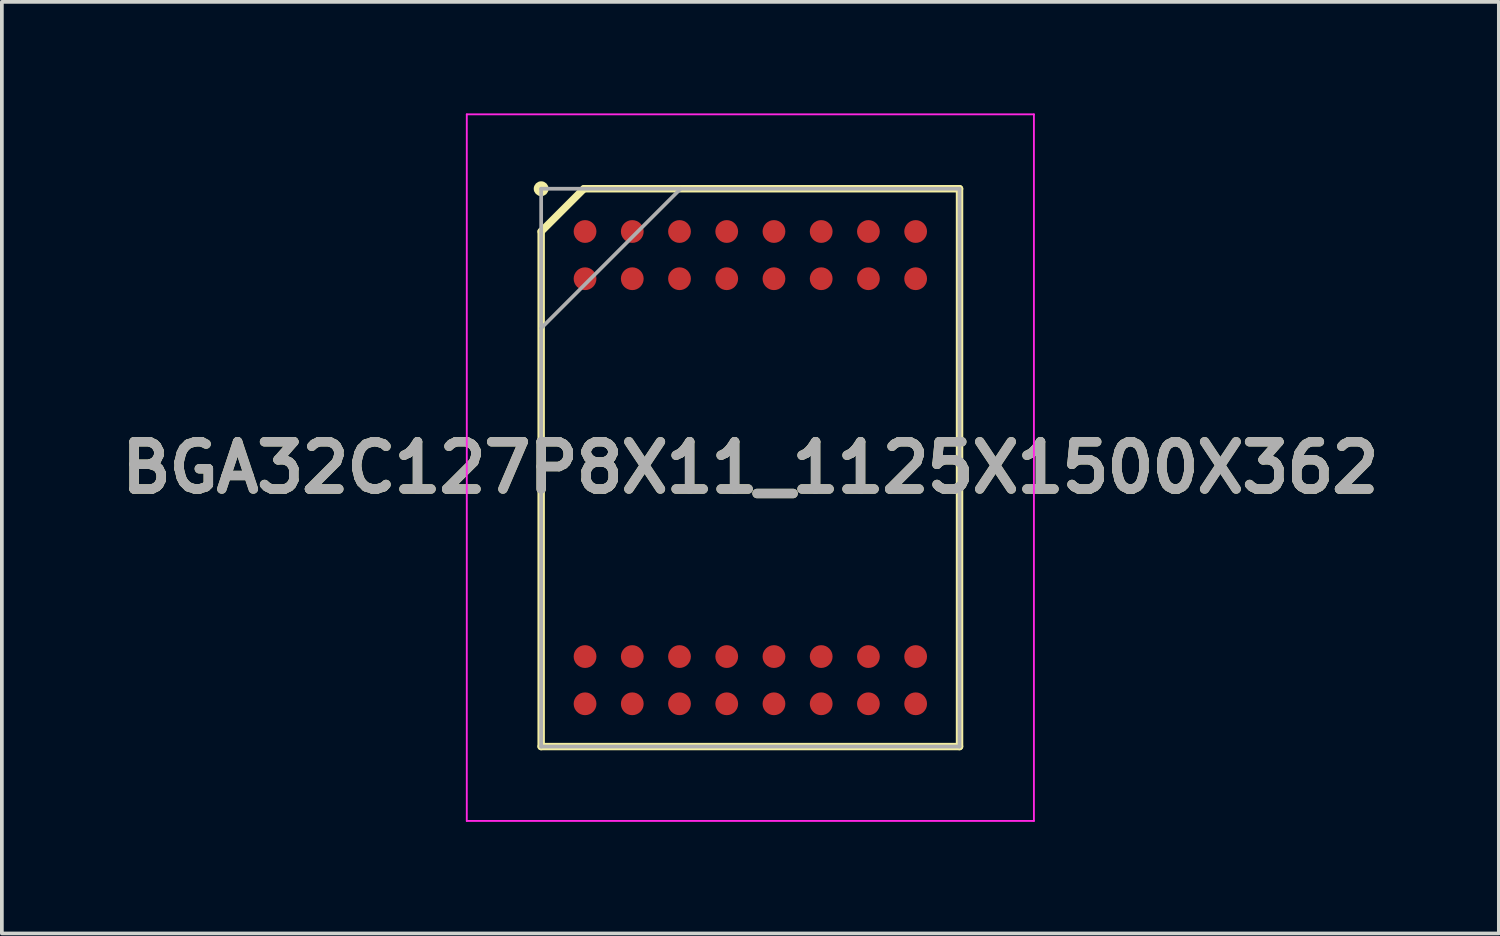
<source format=kicad_pcb>
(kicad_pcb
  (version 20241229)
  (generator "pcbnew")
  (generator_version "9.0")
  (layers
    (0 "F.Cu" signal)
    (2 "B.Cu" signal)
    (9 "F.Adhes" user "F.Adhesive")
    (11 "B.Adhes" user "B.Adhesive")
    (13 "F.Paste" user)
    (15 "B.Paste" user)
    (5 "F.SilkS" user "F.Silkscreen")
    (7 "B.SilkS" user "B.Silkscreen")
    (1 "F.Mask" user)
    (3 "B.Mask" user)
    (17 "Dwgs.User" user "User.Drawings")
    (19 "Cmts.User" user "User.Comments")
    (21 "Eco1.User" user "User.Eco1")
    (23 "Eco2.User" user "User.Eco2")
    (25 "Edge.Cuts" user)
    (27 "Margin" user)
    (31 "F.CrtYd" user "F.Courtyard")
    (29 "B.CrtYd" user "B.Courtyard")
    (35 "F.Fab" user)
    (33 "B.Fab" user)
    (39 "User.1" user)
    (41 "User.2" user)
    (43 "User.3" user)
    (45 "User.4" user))
  (footprint "BGA32C127P8X11_1125X1500X362"
    (layer "F.Cu")
    (at 17.127 9.525)
    (property "Reference" "BGA32C127P8X11_1125X1500X362" (at 0 0 0) (layer "F.SilkS") (effects (font (size 1.27 1.27) (thickness 0.254))))
    (attr smd)
    (fp_line (start -5.625 -6.35) (end -4.475 -7.5) (stroke (width 0.2) (type solid)) (layer "F.SilkS"))
    (fp_line (start -5.625 7.5) (end -5.625 -6.35) (stroke (width 0.2) (type solid)) (layer "F.SilkS"))
    (fp_line (start -4.475 -7.5) (end 5.625 -7.5) (stroke (width 0.2) (type solid)) (layer "F.SilkS"))
    (fp_line (start 5.625 -7.5) (end 5.625 7.5) (stroke (width 0.2) (type solid)) (layer "F.SilkS"))
    (fp_line (start 5.625 7.5) (end -5.625 7.5) (stroke (width 0.2) (type solid)) (layer "F.SilkS"))
    (fp_circle (center -5.625 -7.5) (end -5.625 -7.4) (stroke (width 0.2) (type solid)) (fill no) (layer "F.SilkS"))
    (fp_line (start -7.625 -9.5) (end 7.625 -9.5) (stroke (width 0.05) (type solid)) (layer "F.CrtYd"))
    (fp_line (start -7.625 9.5) (end -7.625 -9.5) (stroke (width 0.05) (type solid)) (layer "F.CrtYd"))
    (fp_line (start 7.625 -9.5) (end 7.625 9.5) (stroke (width 0.05) (type solid)) (layer "F.CrtYd"))
    (fp_line (start 7.625 9.5) (end -7.625 9.5) (stroke (width 0.05) (type solid)) (layer "F.CrtYd"))
    (fp_line (start -5.625 -7.5) (end 5.625 -7.5) (stroke (width 0.1) (type solid)) (layer "F.Fab"))
    (fp_line (start -5.625 -3.75) (end -1.875 -7.5) (stroke (width 0.1) (type solid)) (layer "F.Fab"))
    (fp_line (start -5.625 7.5) (end -5.625 -7.5) (stroke (width 0.1) (type solid)) (layer "F.Fab"))
    (fp_line (start 5.625 -7.5) (end 5.625 7.5) (stroke (width 0.1) (type solid)) (layer "F.Fab"))
    (fp_line (start 5.625 7.5) (end -5.625 7.5) (stroke (width 0.1) (type solid)) (layer "F.Fab"))
    (fp_text user "${REFERENCE}" (at 0 0 0) (layer "F.Fab") (effects (font (size 1.27 1.27) (thickness 0.254))))
    (pad "A1" smd circle (at -4.445 -6.35 90) (size 0.612 0.612) (layers "F.Cu" "F.Mask" "F.Paste"))
    (pad "A2" smd circle (at -3.175 -6.35 90) (size 0.612 0.612) (layers "F.Cu" "F.Mask" "F.Paste"))
    (pad "A3" smd circle (at -1.905 -6.35 90) (size 0.612 0.612) (layers "F.Cu" "F.Mask" "F.Paste"))
    (pad "A4" smd circle (at -0.635 -6.35 90) (size 0.612 0.612) (layers "F.Cu" "F.Mask" "F.Paste"))
    (pad "A5" smd circle (at 0.635 -6.35 90) (size 0.612 0.612) (layers "F.Cu" "F.Mask" "F.Paste"))
    (pad "A6" smd circle (at 1.905 -6.35 90) (size 0.612 0.612) (layers "F.Cu" "F.Mask" "F.Paste"))
    (pad "A7" smd circle (at 3.175 -6.35 90) (size 0.612 0.612) (layers "F.Cu" "F.Mask" "F.Paste"))
    (pad "A8" smd circle (at 4.445 -6.35 90) (size 0.612 0.612) (layers "F.Cu" "F.Mask" "F.Paste"))
    (pad "B1" smd circle (at -4.445 -5.08 90) (size 0.612 0.612) (layers "F.Cu" "F.Mask" "F.Paste"))
    (pad "B2" smd circle (at -3.175 -5.08 90) (size 0.612 0.612) (layers "F.Cu" "F.Mask" "F.Paste"))
    (pad "B3" smd circle (at -1.905 -5.08 90) (size 0.612 0.612) (layers "F.Cu" "F.Mask" "F.Paste"))
    (pad "B4" smd circle (at -0.635 -5.08 90) (size 0.612 0.612) (layers "F.Cu" "F.Mask" "F.Paste"))
    (pad "B5" smd circle (at 0.635 -5.08 90) (size 0.612 0.612) (layers "F.Cu" "F.Mask" "F.Paste"))
    (pad "B6" smd circle (at 1.905 -5.08 90) (size 0.612 0.612) (layers "F.Cu" "F.Mask" "F.Paste"))
    (pad "B7" smd circle (at 3.175 -5.08 90) (size 0.612 0.612) (layers "F.Cu" "F.Mask" "F.Paste"))
    (pad "B8" smd circle (at 4.445 -5.08 90) (size 0.612 0.612) (layers "F.Cu" "F.Mask" "F.Paste"))
    (pad "K1" smd circle (at -4.445 5.08 90) (size 0.612 0.612) (layers "F.Cu" "F.Mask" "F.Paste"))
    (pad "K2" smd circle (at -3.175 5.08 90) (size 0.612 0.612) (layers "F.Cu" "F.Mask" "F.Paste"))
    (pad "K3" smd circle (at -1.905 5.08 90) (size 0.612 0.612) (layers "F.Cu" "F.Mask" "F.Paste"))
    (pad "K4" smd circle (at -0.635 5.08 90) (size 0.612 0.612) (layers "F.Cu" "F.Mask" "F.Paste"))
    (pad "K5" smd circle (at 0.635 5.08 90) (size 0.612 0.612) (layers "F.Cu" "F.Mask" "F.Paste"))
    (pad "K6" smd circle (at 1.905 5.08 90) (size 0.612 0.612) (layers "F.Cu" "F.Mask" "F.Paste"))
    (pad "K7" smd circle (at 3.175 5.08 90) (size 0.612 0.612) (layers "F.Cu" "F.Mask" "F.Paste"))
    (pad "K8" smd circle (at 4.445 5.08 90) (size 0.612 0.612) (layers "F.Cu" "F.Mask" "F.Paste"))
    (pad "L1" smd circle (at -4.445 6.35 90) (size 0.612 0.612) (layers "F.Cu" "F.Mask" "F.Paste"))
    (pad "L2" smd circle (at -3.175 6.35 90) (size 0.612 0.612) (layers "F.Cu" "F.Mask" "F.Paste"))
    (pad "L3" smd circle (at -1.905 6.35 90) (size 0.612 0.612) (layers "F.Cu" "F.Mask" "F.Paste"))
    (pad "L4" smd circle (at -0.635 6.35 90) (size 0.612 0.612) (layers "F.Cu" "F.Mask" "F.Paste"))
    (pad "L5" smd circle (at 0.635 6.35 90) (size 0.612 0.612) (layers "F.Cu" "F.Mask" "F.Paste"))
    (pad "L6" smd circle (at 1.905 6.35 90) (size 0.612 0.612) (layers "F.Cu" "F.Mask" "F.Paste"))
    (pad "L7" smd circle (at 3.175 6.35 90) (size 0.612 0.612) (layers "F.Cu" "F.Mask" "F.Paste"))
    (pad "L8" smd circle (at 4.445 6.35 90) (size 0.612 0.612) (layers "F.Cu" "F.Mask" "F.Paste")))
  (gr_rect
    (start -3 -3)
    (end 37.254 22.05)
    (stroke (width 0.1) (type default))
    (fill no)
    (layer "Edge.Cuts")))
</source>
